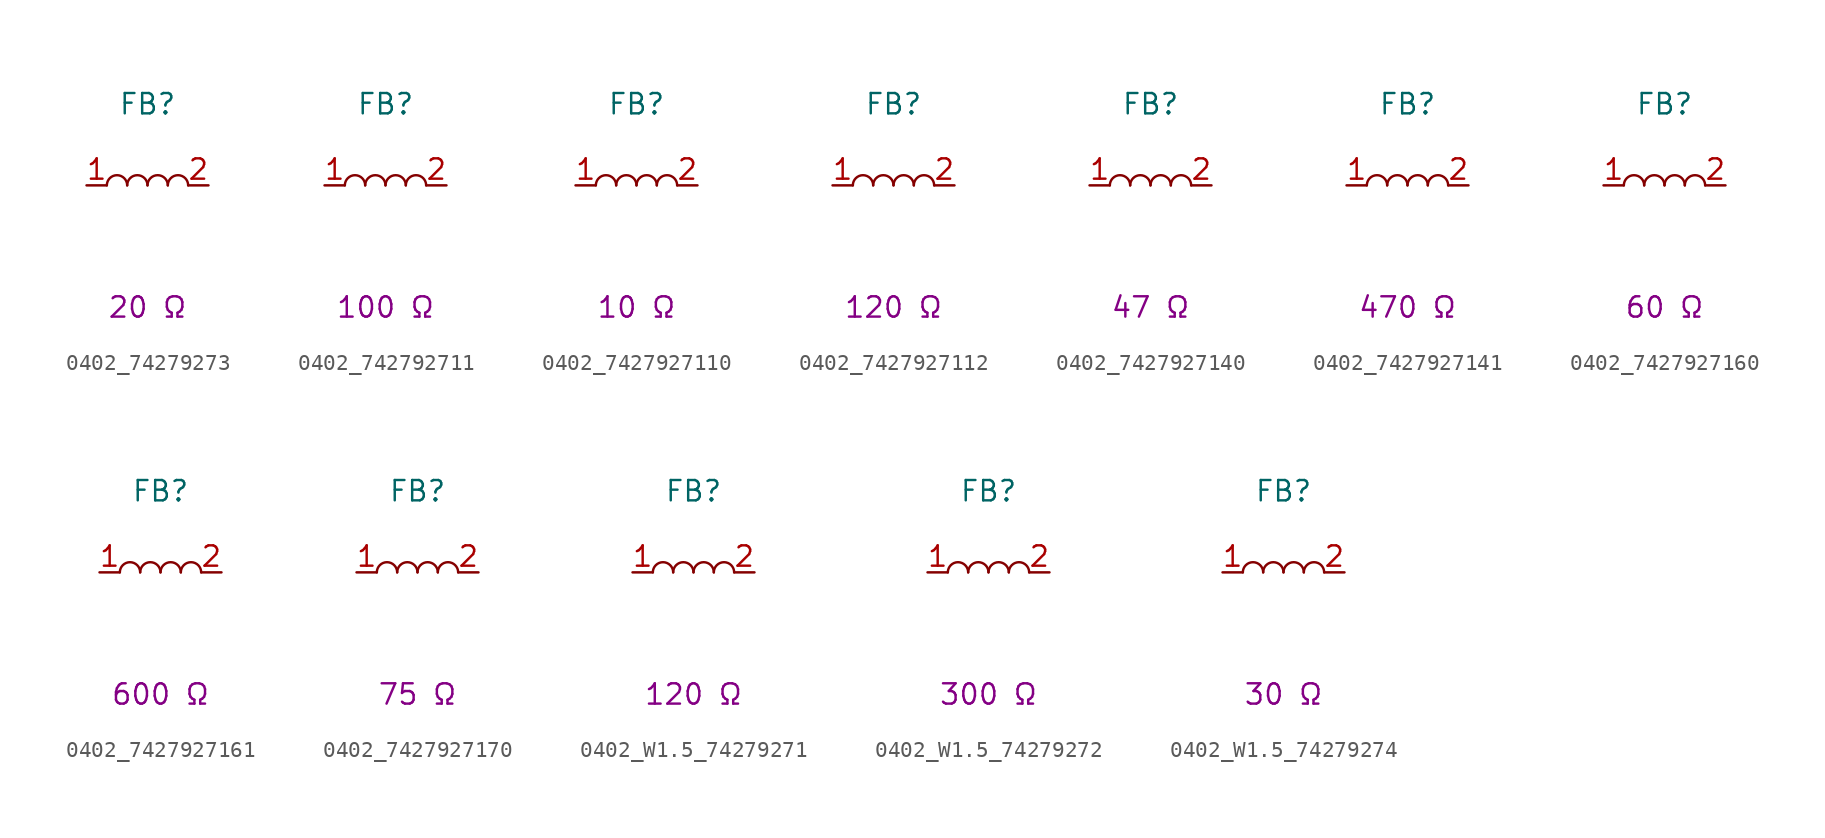
<source format=kicad_sym>
(kicad_symbol_lib
  (version 20220914)
  (generator kicad_symbol_editor)
  (symbol "0402_74279273"
    (pin_names hide)
    (property "Reference" "FB"
      (at 0 5.08 0)
      (effects (font (size 1.27 1.27))))
    (property "Critical Parameter" "20 Ω"
      (at 0 -7.62 0)
      (effects (font (size 1.27 1.27))))
    (symbol "0402_74279273_0_1"
      (arc (start -1.27 0) (mid -1.905 0.6323) (end -2.54 0) (stroke (width 0) (type default)) (fill (type none)))
      (arc (start 0 0) (mid -0.635 0.6323) (end -1.27 0) (stroke (width 0) (type default)) (fill (type none)))
      (arc (start 1.27 0) (mid 0.635 0.6323) (end 0 0) (stroke (width 0) (type default)) (fill (type none)))
      (arc (start 2.54 0) (mid 1.905 0.6323) (end 1.27 0) (stroke (width 0) (type default)) (fill (type none))))
    (symbol "0402_74279273_1_1"
      (pin passive line (at -3.81 0 0) (length 1.27) (name "1" (effects (font (size 1.27 1.27)))) (number "1" (effects (font (size 1.27 1.27)))))
      (pin passive line (at 3.81 0 180) (length 1.27) (name "2" (effects (font (size 1.27 1.27)))) (number "2" (effects (font (size 1.27 1.27)))))))
  (symbol "0402_742792711"
    (pin_names hide)
    (property "Reference" "FB"
      (at 0 5.08 0)
      (effects (font (size 1.27 1.27))))
    (property "Critical Parameter" "100 Ω"
      (at 0 -7.62 0)
      (effects (font (size 1.27 1.27))))
    (symbol "0402_742792711_0_1"
      (arc (start -1.27 0) (mid -1.905 0.6323) (end -2.54 0) (stroke (width 0) (type default)) (fill (type none)))
      (arc (start 0 0) (mid -0.635 0.6323) (end -1.27 0) (stroke (width 0) (type default)) (fill (type none)))
      (arc (start 1.27 0) (mid 0.635 0.6323) (end 0 0) (stroke (width 0) (type default)) (fill (type none)))
      (arc (start 2.54 0) (mid 1.905 0.6323) (end 1.27 0) (stroke (width 0) (type default)) (fill (type none))))
    (symbol "0402_742792711_1_1"
      (pin passive line (at -3.81 0 0) (length 1.27) (name "1" (effects (font (size 1.27 1.27)))) (number "1" (effects (font (size 1.27 1.27)))))
      (pin passive line (at 3.81 0 180) (length 1.27) (name "2" (effects (font (size 1.27 1.27)))) (number "2" (effects (font (size 1.27 1.27)))))))
  (symbol "0402_7427927110"
    (pin_names hide)
    (property "Reference" "FB"
      (at 0 5.08 0)
      (effects (font (size 1.27 1.27))))
    (property "Critical Parameter" "10 Ω"
      (at 0 -7.62 0)
      (effects (font (size 1.27 1.27))))
    (symbol "0402_7427927110_0_1"
      (arc (start -1.27 0) (mid -1.905 0.6323) (end -2.54 0) (stroke (width 0) (type default)) (fill (type none)))
      (arc (start 0 0) (mid -0.635 0.6323) (end -1.27 0) (stroke (width 0) (type default)) (fill (type none)))
      (arc (start 1.27 0) (mid 0.635 0.6323) (end 0 0) (stroke (width 0) (type default)) (fill (type none)))
      (arc (start 2.54 0) (mid 1.905 0.6323) (end 1.27 0) (stroke (width 0) (type default)) (fill (type none))))
    (symbol "0402_7427927110_1_1"
      (pin passive line (at -3.81 0 0) (length 1.27) (name "1" (effects (font (size 1.27 1.27)))) (number "1" (effects (font (size 1.27 1.27)))))
      (pin passive line (at 3.81 0 180) (length 1.27) (name "2" (effects (font (size 1.27 1.27)))) (number "2" (effects (font (size 1.27 1.27)))))))
  (symbol "0402_7427927112"
    (pin_names hide)
    (property "Reference" "FB"
      (at 0 5.08 0)
      (effects (font (size 1.27 1.27))))
    (property "Critical Parameter" "120 Ω"
      (at 0 -7.62 0)
      (effects (font (size 1.27 1.27))))
    (symbol "0402_7427927112_0_1"
      (arc (start -1.27 0) (mid -1.905 0.6323) (end -2.54 0) (stroke (width 0) (type default)) (fill (type none)))
      (arc (start 0 0) (mid -0.635 0.6323) (end -1.27 0) (stroke (width 0) (type default)) (fill (type none)))
      (arc (start 1.27 0) (mid 0.635 0.6323) (end 0 0) (stroke (width 0) (type default)) (fill (type none)))
      (arc (start 2.54 0) (mid 1.905 0.6323) (end 1.27 0) (stroke (width 0) (type default)) (fill (type none))))
    (symbol "0402_7427927112_1_1"
      (pin passive line (at -3.81 0 0) (length 1.27) (name "1" (effects (font (size 1.27 1.27)))) (number "1" (effects (font (size 1.27 1.27)))))
      (pin passive line (at 3.81 0 180) (length 1.27) (name "2" (effects (font (size 1.27 1.27)))) (number "2" (effects (font (size 1.27 1.27)))))))
  (symbol "0402_7427927140"
    (pin_names hide)
    (property "Reference" "FB"
      (at 0 5.08 0)
      (effects (font (size 1.27 1.27))))
    (property "Critical Parameter" "47 Ω"
      (at 0 -7.62 0)
      (effects (font (size 1.27 1.27))))
    (symbol "0402_7427927140_0_1"
      (arc (start -1.27 0) (mid -1.905 0.6323) (end -2.54 0) (stroke (width 0) (type default)) (fill (type none)))
      (arc (start 0 0) (mid -0.635 0.6323) (end -1.27 0) (stroke (width 0) (type default)) (fill (type none)))
      (arc (start 1.27 0) (mid 0.635 0.6323) (end 0 0) (stroke (width 0) (type default)) (fill (type none)))
      (arc (start 2.54 0) (mid 1.905 0.6323) (end 1.27 0) (stroke (width 0) (type default)) (fill (type none))))
    (symbol "0402_7427927140_1_1"
      (pin passive line (at -3.81 0 0) (length 1.27) (name "1" (effects (font (size 1.27 1.27)))) (number "1" (effects (font (size 1.27 1.27)))))
      (pin passive line (at 3.81 0 180) (length 1.27) (name "2" (effects (font (size 1.27 1.27)))) (number "2" (effects (font (size 1.27 1.27)))))))
  (symbol "0402_7427927141"
    (pin_names hide)
    (property "Reference" "FB"
      (at 0 5.08 0)
      (effects (font (size 1.27 1.27))))
    (property "Critical Parameter" "470 Ω"
      (at 0 -7.62 0)
      (effects (font (size 1.27 1.27))))
    (symbol "0402_7427927141_0_1"
      (arc (start -1.27 0) (mid -1.905 0.6323) (end -2.54 0) (stroke (width 0) (type default)) (fill (type none)))
      (arc (start 0 0) (mid -0.635 0.6323) (end -1.27 0) (stroke (width 0) (type default)) (fill (type none)))
      (arc (start 1.27 0) (mid 0.635 0.6323) (end 0 0) (stroke (width 0) (type default)) (fill (type none)))
      (arc (start 2.54 0) (mid 1.905 0.6323) (end 1.27 0) (stroke (width 0) (type default)) (fill (type none))))
    (symbol "0402_7427927141_1_1"
      (pin passive line (at -3.81 0 0) (length 1.27) (name "1" (effects (font (size 1.27 1.27)))) (number "1" (effects (font (size 1.27 1.27)))))
      (pin passive line (at 3.81 0 180) (length 1.27) (name "2" (effects (font (size 1.27 1.27)))) (number "2" (effects (font (size 1.27 1.27)))))))
  (symbol "0402_7427927160"
    (pin_names hide)
    (property "Reference" "FB"
      (at 0 5.08 0)
      (effects (font (size 1.27 1.27))))
    (property "Critical Parameter" "60 Ω"
      (at 0 -7.62 0)
      (effects (font (size 1.27 1.27))))
    (symbol "0402_7427927160_0_1"
      (arc (start -1.27 0) (mid -1.905 0.6323) (end -2.54 0) (stroke (width 0) (type default)) (fill (type none)))
      (arc (start 0 0) (mid -0.635 0.6323) (end -1.27 0) (stroke (width 0) (type default)) (fill (type none)))
      (arc (start 1.27 0) (mid 0.635 0.6323) (end 0 0) (stroke (width 0) (type default)) (fill (type none)))
      (arc (start 2.54 0) (mid 1.905 0.6323) (end 1.27 0) (stroke (width 0) (type default)) (fill (type none))))
    (symbol "0402_7427927160_1_1"
      (pin passive line (at -3.81 0 0) (length 1.27) (name "1" (effects (font (size 1.27 1.27)))) (number "1" (effects (font (size 1.27 1.27)))))
      (pin passive line (at 3.81 0 180) (length 1.27) (name "2" (effects (font (size 1.27 1.27)))) (number "2" (effects (font (size 1.27 1.27)))))))
  (symbol "0402_7427927161"
    (pin_names hide)
    (property "Reference" "FB"
      (at 0 5.08 0)
      (effects (font (size 1.27 1.27))))
    (property "Critical Parameter" "600 Ω"
      (at 0 -7.62 0)
      (effects (font (size 1.27 1.27))))
    (symbol "0402_7427927161_0_1"
      (arc (start -1.27 0) (mid -1.905 0.6323) (end -2.54 0) (stroke (width 0) (type default)) (fill (type none)))
      (arc (start 0 0) (mid -0.635 0.6323) (end -1.27 0) (stroke (width 0) (type default)) (fill (type none)))
      (arc (start 1.27 0) (mid 0.635 0.6323) (end 0 0) (stroke (width 0) (type default)) (fill (type none)))
      (arc (start 2.54 0) (mid 1.905 0.6323) (end 1.27 0) (stroke (width 0) (type default)) (fill (type none))))
    (symbol "0402_7427927161_1_1"
      (pin passive line (at -3.81 0 0) (length 1.27) (name "1" (effects (font (size 1.27 1.27)))) (number "1" (effects (font (size 1.27 1.27)))))
      (pin passive line (at 3.81 0 180) (length 1.27) (name "2" (effects (font (size 1.27 1.27)))) (number "2" (effects (font (size 1.27 1.27)))))))
  (symbol "0402_7427927170"
    (pin_names hide)
    (property "Reference" "FB"
      (at 0 5.08 0)
      (effects (font (size 1.27 1.27))))
    (property "Critical Parameter" "75 Ω"
      (at 0 -7.62 0)
      (effects (font (size 1.27 1.27))))
    (symbol "0402_7427927170_0_1"
      (arc (start -1.27 0) (mid -1.905 0.6323) (end -2.54 0) (stroke (width 0) (type default)) (fill (type none)))
      (arc (start 0 0) (mid -0.635 0.6323) (end -1.27 0) (stroke (width 0) (type default)) (fill (type none)))
      (arc (start 1.27 0) (mid 0.635 0.6323) (end 0 0) (stroke (width 0) (type default)) (fill (type none)))
      (arc (start 2.54 0) (mid 1.905 0.6323) (end 1.27 0) (stroke (width 0) (type default)) (fill (type none))))
    (symbol "0402_7427927170_1_1"
      (pin passive line (at -3.81 0 0) (length 1.27) (name "1" (effects (font (size 1.27 1.27)))) (number "1" (effects (font (size 1.27 1.27)))))
      (pin passive line (at 3.81 0 180) (length 1.27) (name "2" (effects (font (size 1.27 1.27)))) (number "2" (effects (font (size 1.27 1.27)))))))
  (symbol "0402_W1.5_74279271"
    (pin_names hide)
    (property "Reference" "FB"
      (at 0 5.08 0)
      (effects (font (size 1.27 1.27))))
    (property "Critical Parameter" "120 Ω"
      (at 0 -7.62 0)
      (effects (font (size 1.27 1.27))))
    (symbol "0402_W1.5_74279271_0_1"
      (arc (start -1.27 0) (mid -1.905 0.6323) (end -2.54 0) (stroke (width 0) (type default)) (fill (type none)))
      (arc (start 0 0) (mid -0.635 0.6323) (end -1.27 0) (stroke (width 0) (type default)) (fill (type none)))
      (arc (start 1.27 0) (mid 0.635 0.6323) (end 0 0) (stroke (width 0) (type default)) (fill (type none)))
      (arc (start 2.54 0) (mid 1.905 0.6323) (end 1.27 0) (stroke (width 0) (type default)) (fill (type none))))
    (symbol "0402_W1.5_74279271_1_1"
      (pin passive line (at -3.81 0 0) (length 1.27) (name "1" (effects (font (size 1.27 1.27)))) (number "1" (effects (font (size 1.27 1.27)))))
      (pin passive line (at 3.81 0 180) (length 1.27) (name "2" (effects (font (size 1.27 1.27)))) (number "2" (effects (font (size 1.27 1.27)))))))
  (symbol "0402_W1.5_74279272"
    (pin_names hide)
    (property "Reference" "FB"
      (at 0 5.08 0)
      (effects (font (size 1.27 1.27))))
    (property "Critical Parameter" "300 Ω"
      (at 0 -7.62 0)
      (effects (font (size 1.27 1.27))))
    (symbol "0402_W1.5_74279272_0_1"
      (arc (start -1.27 0) (mid -1.905 0.6323) (end -2.54 0) (stroke (width 0) (type default)) (fill (type none)))
      (arc (start 0 0) (mid -0.635 0.6323) (end -1.27 0) (stroke (width 0) (type default)) (fill (type none)))
      (arc (start 1.27 0) (mid 0.635 0.6323) (end 0 0) (stroke (width 0) (type default)) (fill (type none)))
      (arc (start 2.54 0) (mid 1.905 0.6323) (end 1.27 0) (stroke (width 0) (type default)) (fill (type none))))
    (symbol "0402_W1.5_74279272_1_1"
      (pin passive line (at -3.81 0 0) (length 1.27) (name "1" (effects (font (size 1.27 1.27)))) (number "1" (effects (font (size 1.27 1.27)))))
      (pin passive line (at 3.81 0 180) (length 1.27) (name "2" (effects (font (size 1.27 1.27)))) (number "2" (effects (font (size 1.27 1.27)))))))
  (symbol "0402_W1.5_74279274"
    (pin_names hide)
    (property "Reference" "FB"
      (at 0 5.08 0)
      (effects (font (size 1.27 1.27))))
    (property "Critical Parameter" "30 Ω"
      (at 0 -7.62 0)
      (effects (font (size 1.27 1.27))))
    (symbol "0402_W1.5_74279274_0_1"
      (arc (start -1.27 0) (mid -1.905 0.6323) (end -2.54 0) (stroke (width 0) (type default)) (fill (type none)))
      (arc (start 0 0) (mid -0.635 0.6323) (end -1.27 0) (stroke (width 0) (type default)) (fill (type none)))
      (arc (start 1.27 0) (mid 0.635 0.6323) (end 0 0) (stroke (width 0) (type default)) (fill (type none)))
      (arc (start 2.54 0) (mid 1.905 0.6323) (end 1.27 0) (stroke (width 0) (type default)) (fill (type none))))
    (symbol "0402_W1.5_74279274_1_1"
      (pin passive line (at -3.81 0 0) (length 1.27) (name "1" (effects (font (size 1.27 1.27)))) (number "1" (effects (font (size 1.27 1.27)))))
      (pin passive line (at 3.81 0 180) (length 1.27) (name "2" (effects (font (size 1.27 1.27)))) (number "2" (effects (font (size 1.27 1.27))))))))
</source>
